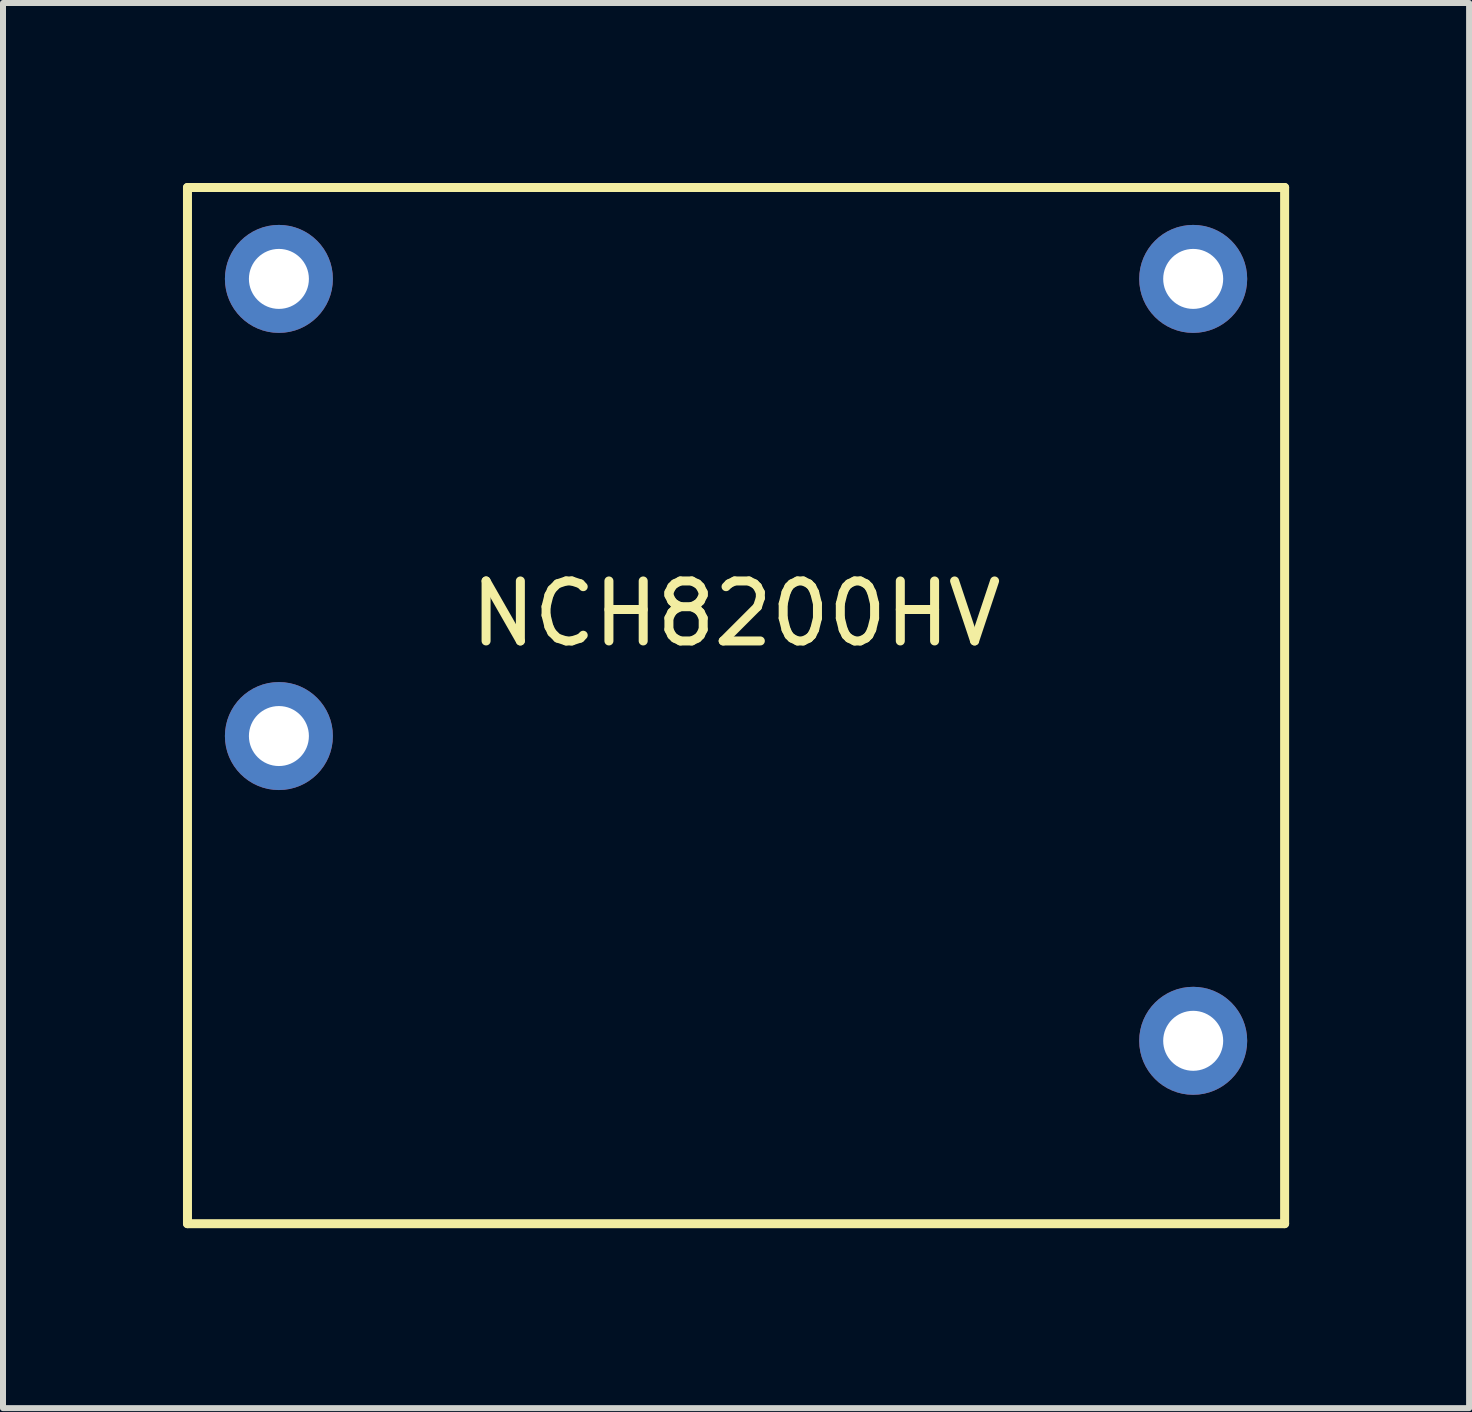
<source format=kicad_pcb>
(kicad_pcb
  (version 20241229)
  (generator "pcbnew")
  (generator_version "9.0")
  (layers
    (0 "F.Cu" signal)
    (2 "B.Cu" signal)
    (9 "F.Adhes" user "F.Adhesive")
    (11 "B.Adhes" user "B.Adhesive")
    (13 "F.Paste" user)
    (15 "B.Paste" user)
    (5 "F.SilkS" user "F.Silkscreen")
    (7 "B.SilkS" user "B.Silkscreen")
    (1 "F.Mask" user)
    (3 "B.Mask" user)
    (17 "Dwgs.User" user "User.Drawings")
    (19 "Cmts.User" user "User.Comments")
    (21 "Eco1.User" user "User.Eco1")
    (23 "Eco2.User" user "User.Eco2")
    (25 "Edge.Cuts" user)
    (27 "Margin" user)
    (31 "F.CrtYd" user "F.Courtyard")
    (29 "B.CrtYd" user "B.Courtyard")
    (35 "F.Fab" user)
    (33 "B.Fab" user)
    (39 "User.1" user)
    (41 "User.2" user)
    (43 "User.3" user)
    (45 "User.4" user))
  (footprint "NCH8200HV"
    (layer "F.Cu")
    (at 9.219 6.679)
    (property "Reference" "NCH8200HV" (at 0 0.5 0) (layer "F.SilkS") (effects (font (size 1 1) (thickness 0.15))))
    (attr through_hole)
    (fp_line (start -9.144 -6.604) (end -9.144 10.668) (stroke (width 0.15) (type solid)) (layer "F.SilkS"))
    (fp_line (start -9.144 10.668) (end 9.144 10.668) (stroke (width 0.15) (type solid)) (layer "F.SilkS"))
    (fp_line (start 9.144 -6.604) (end -9.144 -6.604) (stroke (width 0.15) (type solid)) (layer "F.SilkS"))
    (fp_line (start 9.144 10.668) (end 9.144 -6.604) (stroke (width 0.15) (type solid)) (layer "F.SilkS"))
    (pad "1" thru_hole circle (at -7.62 -5.08) (size 1.8 1.8) (drill 1) (layers "*.Cu" "*.Mask"))
    (pad "2" thru_hole circle (at -7.62 2.54) (size 1.8 1.8) (drill 1) (layers "*.Cu" "*.Mask"))
    (pad "3" thru_hole circle (at 7.62 -5.08) (size 1.8 1.8) (drill 1) (layers "*.Cu" "*.Mask"))
    (pad "4" thru_hole circle (at 7.62 7.62) (size 1.8 1.8) (drill 1) (layers "*.Cu" "*.Mask")))
  (gr_rect
    (start -3 -3)
    (end 21.438 20.422)
    (stroke (width 0.1) (type default))
    (fill no)
    (layer "Edge.Cuts")))
</source>
